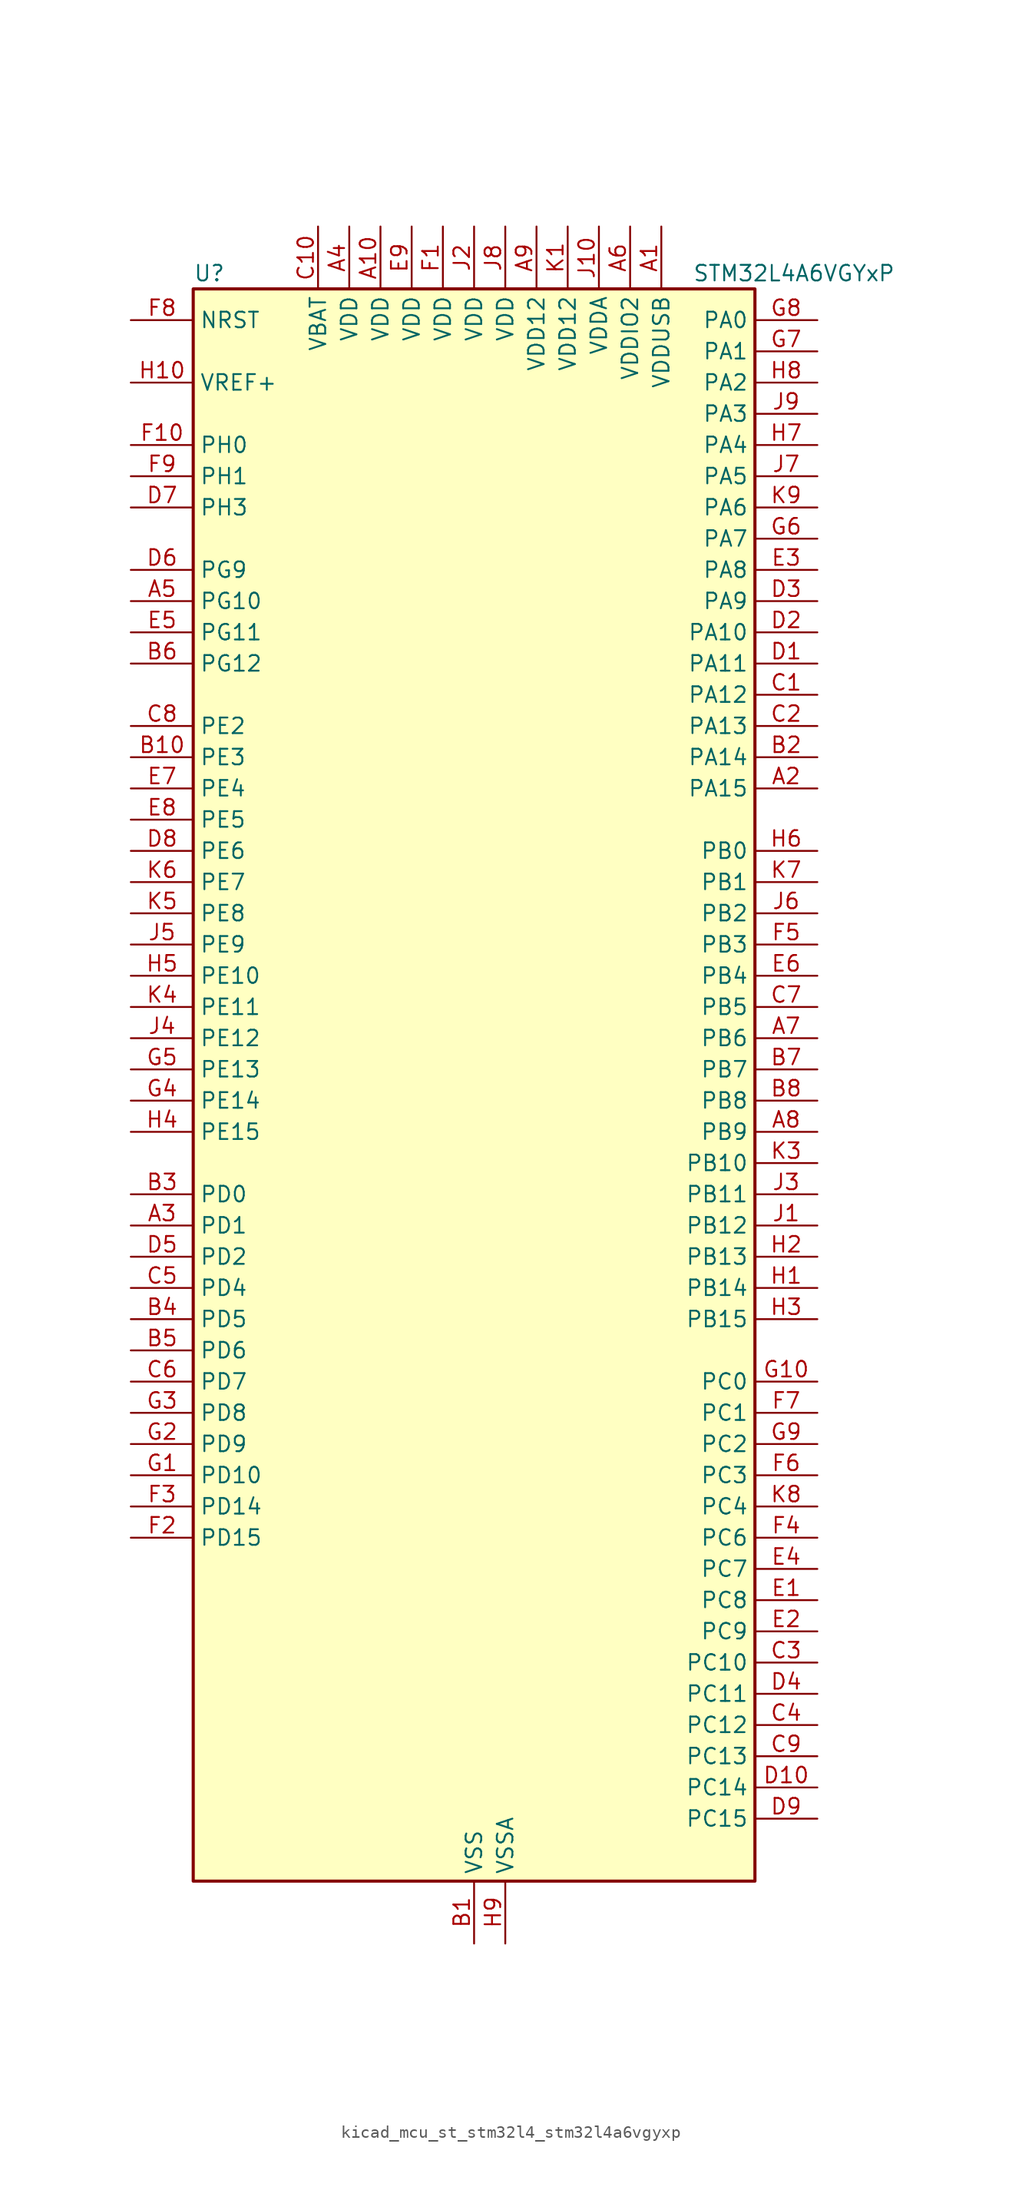
<source format=kicad_sym>
(kicad_symbol_lib
  (version 20220914)
  (generator kicad_symbol_editor)
  (symbol "kicad_mcu_st_stm32l4_stm32l4a6vgyxp"
    (property "Reference" "U"
      (at -22.86 67.31 0)
      (effects (font (size 1.27 1.27)) (justify left)))
    (property "Value" "STM32L4A6VGYxP"
      (at 17.78 67.31 0)
      (effects (font (size 1.27 1.27)) (justify left)))
    (property "ki_locked" ""
      (at 0 0 0)
      (effects (font (size 1.27 1.27))))
    (symbol "kicad_mcu_st_stm32l4_stm32l4a6vgyxp_0_1"
      (rectangle (start -22.86 -63.5) (end 22.86 66.04) (stroke (width 0.254) (type default)) (fill (type background))))
    (symbol "kicad_mcu_st_stm32l4_stm32l4a6vgyxp_1_1"
      (pin power_in line (at 15.24 71.12 270) (length 5.08) (name "VDDUSB" (effects (font (size 1.27 1.27)))) (number "A1" (effects (font (size 1.27 1.27)))))
      (pin power_in line (at -7.62 71.12 270) (length 5.08) (name "VDD" (effects (font (size 1.27 1.27)))) (number "A10" (effects (font (size 1.27 1.27)))))
      (pin bidirectional line (at 27.94 25.4 180) (length 5.08) (name "PA15" (effects (font (size 1.27 1.27)))) (number "A2" (effects (font (size 1.27 1.27)))) (alternate "ADC1_EXTI15" bidirectional line) (alternate "ADC2_EXTI15" bidirectional line) (alternate "ADC3_EXTI15" bidirectional line) (alternate "LCD_SEG17" bidirectional line) (alternate "SAI2_FS_B" bidirectional line) (alternate "SPI1_NSS" bidirectional line) (alternate "SPI3_NSS" bidirectional line) (alternate "SWPMI1_SUSPEND" bidirectional line) (alternate "SYS_JTDI" bidirectional line) (alternate "TIM2_CH1" bidirectional line) (alternate "TIM2_ETR" bidirectional line) (alternate "TSC_G3_IO1" bidirectional line) (alternate "UART4_DE" bidirectional line) (alternate "UART4_RTS" bidirectional line) (alternate "USART2_RX" bidirectional line) (alternate "USART3_DE" bidirectional line) (alternate "USART3_RTS" bidirectional line))
      (pin bidirectional line (at -27.94 -10.16 0) (length 5.08) (name "PD1" (effects (font (size 1.27 1.27)))) (number "A3" (effects (font (size 1.27 1.27)))) (alternate "CAN1_TX" bidirectional line) (alternate "DFSDM1_CKIN7" bidirectional line) (alternate "FMC_D3" bidirectional line) (alternate "FMC_DA3" bidirectional line) (alternate "SPI2_SCK" bidirectional line))
      (pin power_in line (at -10.16 71.12 270) (length 5.08) (name "VDD" (effects (font (size 1.27 1.27)))) (number "A4" (effects (font (size 1.27 1.27)))))
      (pin bidirectional line (at -27.94 40.64 0) (length 5.08) (name "PG10" (effects (font (size 1.27 1.27)))) (number "A5" (effects (font (size 1.27 1.27)))) (alternate "LPTIM1_IN1" bidirectional line) (alternate "SAI2_FS_A" bidirectional line) (alternate "SPI3_MISO" bidirectional line) (alternate "TIM15_CH1" bidirectional line) (alternate "USART1_RX" bidirectional line))
      (pin power_in line (at 12.7 71.12 270) (length 5.08) (name "VDDIO2" (effects (font (size 1.27 1.27)))) (number "A6" (effects (font (size 1.27 1.27)))))
      (pin bidirectional line (at 27.94 5.08 180) (length 5.08) (name "PB6" (effects (font (size 1.27 1.27)))) (number "A7" (effects (font (size 1.27 1.27)))) (alternate "CAN2_TX" bidirectional line) (alternate "COMP2_INP" bidirectional line) (alternate "DCMI_D5" bidirectional line) (alternate "DFSDM1_DATIN5" bidirectional line) (alternate "I2C1_SCL" bidirectional line) (alternate "I2C4_SCL" bidirectional line) (alternate "LPTIM1_ETR" bidirectional line) (alternate "SAI1_FS_B" bidirectional line) (alternate "TIM16_CH1N" bidirectional line) (alternate "TIM4_CH1" bidirectional line) (alternate "TIM8_BKIN2" bidirectional line) (alternate "TIM8_BKIN2_COMP2" bidirectional line) (alternate "TSC_G2_IO3" bidirectional line) (alternate "USART1_TX" bidirectional line))
      (pin bidirectional line (at 27.94 -2.54 180) (length 5.08) (name "PB9" (effects (font (size 1.27 1.27)))) (number "A8" (effects (font (size 1.27 1.27)))) (alternate "CAN1_TX" bidirectional line) (alternate "DAC1_EXTI9" bidirectional line) (alternate "DCMI_D7" bidirectional line) (alternate "DFSDM1_CKIN6" bidirectional line) (alternate "I2C1_SDA" bidirectional line) (alternate "IR_OUT" bidirectional line) (alternate "LCD_COM3" bidirectional line) (alternate "SAI1_FS_A" bidirectional line) (alternate "SDMMC1_D5" bidirectional line) (alternate "SPI2_NSS" bidirectional line) (alternate "TIM17_CH1" bidirectional line) (alternate "TIM4_CH4" bidirectional line))
      (pin power_in line (at 5.08 71.12 270) (length 5.08) (name "VDD12" (effects (font (size 1.27 1.27)))) (number "A9" (effects (font (size 1.27 1.27)))))
      (pin power_in line (at 0 -68.58 90) (length 5.08) (name "VSS" (effects (font (size 1.27 1.27)))) (number "B1" (effects (font (size 1.27 1.27)))))
      (pin bidirectional line (at -27.94 27.94 0) (length 5.08) (name "PE3" (effects (font (size 1.27 1.27)))) (number "B10" (effects (font (size 1.27 1.27)))) (alternate "FMC_A19" bidirectional line) (alternate "LCD_SEG39" bidirectional line) (alternate "SAI1_SD_B" bidirectional line) (alternate "SYS_TRACED0" bidirectional line) (alternate "TIM3_CH1" bidirectional line) (alternate "TSC_G7_IO2" bidirectional line))
      (pin bidirectional line (at 27.94 27.94 180) (length 5.08) (name "PA14" (effects (font (size 1.27 1.27)))) (number "B2" (effects (font (size 1.27 1.27)))) (alternate "I2C1_SMBA" bidirectional line) (alternate "I2C4_SMBA" bidirectional line) (alternate "LPTIM1_OUT" bidirectional line) (alternate "SAI1_FS_B" bidirectional line) (alternate "SWPMI1_RX" bidirectional line) (alternate "SYS_JTCK-SWCLK" bidirectional line) (alternate "USB_OTG_FS_SOF" bidirectional line))
      (pin bidirectional line (at -27.94 -7.62 0) (length 5.08) (name "PD0" (effects (font (size 1.27 1.27)))) (number "B3" (effects (font (size 1.27 1.27)))) (alternate "CAN1_RX" bidirectional line) (alternate "DFSDM1_DATIN7" bidirectional line) (alternate "FMC_D2" bidirectional line) (alternate "FMC_DA2" bidirectional line) (alternate "SPI2_NSS" bidirectional line))
      (pin bidirectional line (at -27.94 -17.78 0) (length 5.08) (name "PD5" (effects (font (size 1.27 1.27)))) (number "B4" (effects (font (size 1.27 1.27)))) (alternate "FMC_NWE" bidirectional line) (alternate "QUADSPI_BK2_IO1" bidirectional line) (alternate "USART2_TX" bidirectional line))
      (pin bidirectional line (at -27.94 -20.32 0) (length 5.08) (name "PD6" (effects (font (size 1.27 1.27)))) (number "B5" (effects (font (size 1.27 1.27)))) (alternate "DCMI_D10" bidirectional line) (alternate "DFSDM1_DATIN1" bidirectional line) (alternate "FMC_NWAIT" bidirectional line) (alternate "QUADSPI_BK2_IO1" bidirectional line) (alternate "QUADSPI_BK2_IO2" bidirectional line) (alternate "SAI1_SD_A" bidirectional line) (alternate "USART2_RX" bidirectional line))
      (pin bidirectional line (at -27.94 35.56 0) (length 5.08) (name "PG12" (effects (font (size 1.27 1.27)))) (number "B6" (effects (font (size 1.27 1.27)))) (alternate "LPTIM1_ETR" bidirectional line) (alternate "SAI2_SD_A" bidirectional line) (alternate "SPI3_NSS" bidirectional line) (alternate "USART1_DE" bidirectional line) (alternate "USART1_RTS" bidirectional line))
      (pin bidirectional line (at 27.94 2.54 180) (length 5.08) (name "PB7" (effects (font (size 1.27 1.27)))) (number "B7" (effects (font (size 1.27 1.27)))) (alternate "COMP2_INM" bidirectional line) (alternate "DCMI_VSYNC" bidirectional line) (alternate "DFSDM1_CKIN5" bidirectional line) (alternate "FMC_NL" bidirectional line) (alternate "I2C1_SDA" bidirectional line) (alternate "I2C4_SDA" bidirectional line) (alternate "LCD_SEG21" bidirectional line) (alternate "LPTIM1_IN2" bidirectional line) (alternate "SYS_PVD_IN" bidirectional line) (alternate "TIM17_CH1N" bidirectional line) (alternate "TIM4_CH2" bidirectional line) (alternate "TIM8_BKIN" bidirectional line) (alternate "TIM8_BKIN_COMP1" bidirectional line) (alternate "TSC_G2_IO4" bidirectional line) (alternate "UART4_CTS" bidirectional line) (alternate "USART1_RX" bidirectional line))
      (pin bidirectional line (at 27.94 0 180) (length 5.08) (name "PB8" (effects (font (size 1.27 1.27)))) (number "B8" (effects (font (size 1.27 1.27)))) (alternate "CAN1_RX" bidirectional line) (alternate "DCMI_D6" bidirectional line) (alternate "DFSDM1_DATIN6" bidirectional line) (alternate "I2C1_SCL" bidirectional line) (alternate "LCD_SEG16" bidirectional line) (alternate "SAI1_MCLK_A" bidirectional line) (alternate "SDMMC1_D4" bidirectional line) (alternate "TIM16_CH1" bidirectional line) (alternate "TIM4_CH3" bidirectional line))
      (pin passive line (at 0 -68.58 90) (length 5.08) hide (name "VSS" (effects (font (size 1.27 1.27)))) (number "B9" (effects (font (size 1.27 1.27)))))
      (pin bidirectional line (at 27.94 33.02 180) (length 5.08) (name "PA12" (effects (font (size 1.27 1.27)))) (number "C1" (effects (font (size 1.27 1.27)))) (alternate "CAN1_TX" bidirectional line) (alternate "SPI1_MOSI" bidirectional line) (alternate "TIM1_ETR" bidirectional line) (alternate "USART1_DE" bidirectional line) (alternate "USART1_RTS" bidirectional line) (alternate "USB_OTG_FS_DP" bidirectional line))
      (pin power_in line (at -12.7 71.12 270) (length 5.08) (name "VBAT" (effects (font (size 1.27 1.27)))) (number "C10" (effects (font (size 1.27 1.27)))))
      (pin bidirectional line (at 27.94 30.48 180) (length 5.08) (name "PA13" (effects (font (size 1.27 1.27)))) (number "C2" (effects (font (size 1.27 1.27)))) (alternate "IR_OUT" bidirectional line) (alternate "SAI1_SD_B" bidirectional line) (alternate "SWPMI1_TX" bidirectional line) (alternate "SYS_JTMS-SWDIO" bidirectional line) (alternate "USB_OTG_FS_NOE" bidirectional line))
      (pin bidirectional line (at 27.94 -45.72 180) (length 5.08) (name "PC10" (effects (font (size 1.27 1.27)))) (number "C3" (effects (font (size 1.27 1.27)))) (alternate "DCMI_D8" bidirectional line) (alternate "LCD_COM4" bidirectional line) (alternate "LCD_SEG28" bidirectional line) (alternate "LCD_SEG40" bidirectional line) (alternate "SAI2_SCK_B" bidirectional line) (alternate "SDMMC1_D2" bidirectional line) (alternate "SPI3_SCK" bidirectional line) (alternate "SYS_TRACED1" bidirectional line) (alternate "TSC_G3_IO2" bidirectional line) (alternate "UART4_TX" bidirectional line) (alternate "USART3_TX" bidirectional line))
      (pin bidirectional line (at 27.94 -50.8 180) (length 5.08) (name "PC12" (effects (font (size 1.27 1.27)))) (number "C4" (effects (font (size 1.27 1.27)))) (alternate "DCMI_D9" bidirectional line) (alternate "LCD_COM6" bidirectional line) (alternate "LCD_SEG30" bidirectional line) (alternate "LCD_SEG42" bidirectional line) (alternate "SAI2_SD_B" bidirectional line) (alternate "SDMMC1_CK" bidirectional line) (alternate "SPI3_MOSI" bidirectional line) (alternate "SYS_TRACED3" bidirectional line) (alternate "TSC_G3_IO4" bidirectional line) (alternate "UART5_TX" bidirectional line) (alternate "USART3_CK" bidirectional line))
      (pin bidirectional line (at -27.94 -15.24 0) (length 5.08) (name "PD4" (effects (font (size 1.27 1.27)))) (number "C5" (effects (font (size 1.27 1.27)))) (alternate "DFSDM1_CKIN0" bidirectional line) (alternate "FMC_NOE" bidirectional line) (alternate "QUADSPI_BK2_IO0" bidirectional line) (alternate "SPI2_MOSI" bidirectional line) (alternate "USART2_DE" bidirectional line) (alternate "USART2_RTS" bidirectional line))
      (pin bidirectional line (at -27.94 -22.86 0) (length 5.08) (name "PD7" (effects (font (size 1.27 1.27)))) (number "C6" (effects (font (size 1.27 1.27)))) (alternate "DFSDM1_CKIN1" bidirectional line) (alternate "FMC_NE1" bidirectional line) (alternate "QUADSPI_BK2_IO3" bidirectional line) (alternate "USART2_CK" bidirectional line))
      (pin bidirectional line (at 27.94 7.62 180) (length 5.08) (name "PB5" (effects (font (size 1.27 1.27)))) (number "C7" (effects (font (size 1.27 1.27)))) (alternate "CAN2_RX" bidirectional line) (alternate "COMP2_OUT" bidirectional line) (alternate "DCMI_D10" bidirectional line) (alternate "I2C1_SMBA" bidirectional line) (alternate "LCD_SEG9" bidirectional line) (alternate "LPTIM1_IN1" bidirectional line) (alternate "SAI1_SD_B" bidirectional line) (alternate "SPI1_MOSI" bidirectional line) (alternate "SPI3_MOSI" bidirectional line) (alternate "TIM16_BKIN" bidirectional line) (alternate "TIM3_CH2" bidirectional line) (alternate "TSC_G2_IO2" bidirectional line) (alternate "UART5_CTS" bidirectional line) (alternate "USART1_CK" bidirectional line))
      (pin bidirectional line (at -27.94 30.48 0) (length 5.08) (name "PE2" (effects (font (size 1.27 1.27)))) (number "C8" (effects (font (size 1.27 1.27)))) (alternate "FMC_A23" bidirectional line) (alternate "LCD_SEG38" bidirectional line) (alternate "SAI1_MCLK_A" bidirectional line) (alternate "SYS_TRACECLK" bidirectional line) (alternate "TIM3_ETR" bidirectional line) (alternate "TSC_G7_IO1" bidirectional line))
      (pin bidirectional line (at 27.94 -53.34 180) (length 5.08) (name "PC13" (effects (font (size 1.27 1.27)))) (number "C9" (effects (font (size 1.27 1.27)))) (alternate "RTC_OUT_ALARM" bidirectional line) (alternate "RTC_OUT_CALIB" bidirectional line) (alternate "RTC_TAMP1" bidirectional line) (alternate "RTC_TS" bidirectional line) (alternate "SYS_WKUP2" bidirectional line))
      (pin bidirectional line (at 27.94 35.56 180) (length 5.08) (name "PA11" (effects (font (size 1.27 1.27)))) (number "D1" (effects (font (size 1.27 1.27)))) (alternate "ADC1_EXTI11" bidirectional line) (alternate "ADC2_EXTI11" bidirectional line) (alternate "ADC3_EXTI11" bidirectional line) (alternate "CAN1_RX" bidirectional line) (alternate "SPI1_MISO" bidirectional line) (alternate "TIM1_BKIN2" bidirectional line) (alternate "TIM1_BKIN2_COMP1" bidirectional line) (alternate "TIM1_CH4" bidirectional line) (alternate "USART1_CTS" bidirectional line) (alternate "USB_OTG_FS_DM" bidirectional line))
      (pin bidirectional line (at 27.94 -55.88 180) (length 5.08) (name "PC14" (effects (font (size 1.27 1.27)))) (number "D10" (effects (font (size 1.27 1.27)))) (alternate "RCC_OSC32_IN" bidirectional line))
      (pin bidirectional line (at 27.94 38.1 180) (length 5.08) (name "PA10" (effects (font (size 1.27 1.27)))) (number "D2" (effects (font (size 1.27 1.27)))) (alternate "DCMI_D1" bidirectional line) (alternate "LCD_COM2" bidirectional line) (alternate "SAI1_SD_A" bidirectional line) (alternate "TIM17_BKIN" bidirectional line) (alternate "TIM1_CH3" bidirectional line) (alternate "USART1_RX" bidirectional line) (alternate "USB_OTG_FS_ID" bidirectional line))
      (pin bidirectional line (at 27.94 40.64 180) (length 5.08) (name "PA9" (effects (font (size 1.27 1.27)))) (number "D3" (effects (font (size 1.27 1.27)))) (alternate "DAC1_EXTI9" bidirectional line) (alternate "DCMI_D0" bidirectional line) (alternate "LCD_COM1" bidirectional line) (alternate "SAI1_FS_A" bidirectional line) (alternate "SPI2_SCK" bidirectional line) (alternate "TIM15_BKIN" bidirectional line) (alternate "TIM1_CH2" bidirectional line) (alternate "USART1_TX" bidirectional line) (alternate "USB_OTG_FS_VBUS" bidirectional line))
      (pin bidirectional line (at 27.94 -48.26 180) (length 5.08) (name "PC11" (effects (font (size 1.27 1.27)))) (number "D4" (effects (font (size 1.27 1.27)))) (alternate "ADC1_EXTI11" bidirectional line) (alternate "ADC2_EXTI11" bidirectional line) (alternate "ADC3_EXTI11" bidirectional line) (alternate "DCMI_D4" bidirectional line) (alternate "LCD_COM5" bidirectional line) (alternate "LCD_SEG29" bidirectional line) (alternate "LCD_SEG41" bidirectional line) (alternate "QUADSPI_BK2_NCS" bidirectional line) (alternate "SAI2_MCLK_B" bidirectional line) (alternate "SDMMC1_D3" bidirectional line) (alternate "SPI3_MISO" bidirectional line) (alternate "TSC_G3_IO3" bidirectional line) (alternate "UART4_RX" bidirectional line) (alternate "USART3_RX" bidirectional line))
      (pin bidirectional line (at -27.94 -12.7 0) (length 5.08) (name "PD2" (effects (font (size 1.27 1.27)))) (number "D5" (effects (font (size 1.27 1.27)))) (alternate "DCMI_D11" bidirectional line) (alternate "LCD_COM7" bidirectional line) (alternate "LCD_SEG31" bidirectional line) (alternate "LCD_SEG43" bidirectional line) (alternate "SDMMC1_CMD" bidirectional line) (alternate "SYS_TRACED2" bidirectional line) (alternate "TIM3_ETR" bidirectional line) (alternate "TSC_SYNC" bidirectional line) (alternate "UART5_RX" bidirectional line) (alternate "USART3_DE" bidirectional line) (alternate "USART3_RTS" bidirectional line))
      (pin bidirectional line (at -27.94 43.18 0) (length 5.08) (name "PG9" (effects (font (size 1.27 1.27)))) (number "D6" (effects (font (size 1.27 1.27)))) (alternate "DAC1_EXTI9" bidirectional line) (alternate "FMC_NCE" bidirectional line) (alternate "SAI2_SCK_A" bidirectional line) (alternate "SPI3_SCK" bidirectional line) (alternate "TIM15_CH1N" bidirectional line) (alternate "USART1_TX" bidirectional line))
      (pin bidirectional line (at -27.94 48.26 0) (length 5.08) (name "PH3" (effects (font (size 1.27 1.27)))) (number "D7" (effects (font (size 1.27 1.27)))))
      (pin bidirectional line (at -27.94 20.32 0) (length 5.08) (name "PE6" (effects (font (size 1.27 1.27)))) (number "D8" (effects (font (size 1.27 1.27)))) (alternate "DCMI_D7" bidirectional line) (alternate "FMC_A22" bidirectional line) (alternate "RTC_TAMP3" bidirectional line) (alternate "SAI1_SD_A" bidirectional line) (alternate "SYS_TRACED3" bidirectional line) (alternate "SYS_WKUP3" bidirectional line) (alternate "TIM3_CH4" bidirectional line))
      (pin bidirectional line (at 27.94 -58.42 180) (length 5.08) (name "PC15" (effects (font (size 1.27 1.27)))) (number "D9" (effects (font (size 1.27 1.27)))) (alternate "ADC1_EXTI15" bidirectional line) (alternate "ADC2_EXTI15" bidirectional line) (alternate "ADC3_EXTI15" bidirectional line) (alternate "RCC_OSC32_OUT" bidirectional line))
      (pin bidirectional line (at 27.94 -40.64 180) (length 5.08) (name "PC8" (effects (font (size 1.27 1.27)))) (number "E1" (effects (font (size 1.27 1.27)))) (alternate "DCMI_D2" bidirectional line) (alternate "LCD_SEG26" bidirectional line) (alternate "SDMMC1_D0" bidirectional line) (alternate "TIM3_CH3" bidirectional line) (alternate "TIM8_CH3" bidirectional line) (alternate "TSC_G4_IO3" bidirectional line))
      (pin passive line (at 0 -68.58 90) (length 5.08) hide (name "VSS" (effects (font (size 1.27 1.27)))) (number "E10" (effects (font (size 1.27 1.27)))))
      (pin bidirectional line (at 27.94 -43.18 180) (length 5.08) (name "PC9" (effects (font (size 1.27 1.27)))) (number "E2" (effects (font (size 1.27 1.27)))) (alternate "DAC1_EXTI9" bidirectional line) (alternate "DCMI_D3" bidirectional line) (alternate "I2C3_SDA" bidirectional line) (alternate "LCD_SEG27" bidirectional line) (alternate "SAI2_EXTCLK" bidirectional line) (alternate "SDMMC1_D1" bidirectional line) (alternate "TIM3_CH4" bidirectional line) (alternate "TIM8_BKIN2" bidirectional line) (alternate "TIM8_BKIN2_COMP1" bidirectional line) (alternate "TIM8_CH4" bidirectional line) (alternate "TSC_G4_IO4" bidirectional line) (alternate "USB_OTG_FS_NOE" bidirectional line))
      (pin bidirectional line (at 27.94 43.18 180) (length 5.08) (name "PA8" (effects (font (size 1.27 1.27)))) (number "E3" (effects (font (size 1.27 1.27)))) (alternate "LCD_COM0" bidirectional line) (alternate "LPTIM2_OUT" bidirectional line) (alternate "RCC_MCO" bidirectional line) (alternate "SAI1_SCK_A" bidirectional line) (alternate "SWPMI1_IO" bidirectional line) (alternate "TIM1_CH1" bidirectional line) (alternate "USART1_CK" bidirectional line) (alternate "USB_OTG_FS_SOF" bidirectional line))
      (pin bidirectional line (at 27.94 -38.1 180) (length 5.08) (name "PC7" (effects (font (size 1.27 1.27)))) (number "E4" (effects (font (size 1.27 1.27)))) (alternate "DCMI_D1" bidirectional line) (alternate "DFSDM1_DATIN3" bidirectional line) (alternate "LCD_SEG25" bidirectional line) (alternate "SAI2_MCLK_B" bidirectional line) (alternate "SDMMC1_D7" bidirectional line) (alternate "TIM3_CH2" bidirectional line) (alternate "TIM8_CH2" bidirectional line) (alternate "TSC_G4_IO2" bidirectional line))
      (pin bidirectional line (at -27.94 38.1 0) (length 5.08) (name "PG11" (effects (font (size 1.27 1.27)))) (number "E5" (effects (font (size 1.27 1.27)))) (alternate "ADC1_EXTI11" bidirectional line) (alternate "ADC2_EXTI11" bidirectional line) (alternate "ADC3_EXTI11" bidirectional line) (alternate "LPTIM1_IN2" bidirectional line) (alternate "SAI2_MCLK_A" bidirectional line) (alternate "SPI3_MOSI" bidirectional line) (alternate "TIM15_CH2" bidirectional line) (alternate "USART1_CTS" bidirectional line))
      (pin bidirectional line (at 27.94 10.16 180) (length 5.08) (name "PB4" (effects (font (size 1.27 1.27)))) (number "E6" (effects (font (size 1.27 1.27)))) (alternate "COMP2_INP" bidirectional line) (alternate "DCMI_D12" bidirectional line) (alternate "I2C3_SDA" bidirectional line) (alternate "LCD_SEG8" bidirectional line) (alternate "SAI1_MCLK_B" bidirectional line) (alternate "SPI1_MISO" bidirectional line) (alternate "SPI3_MISO" bidirectional line) (alternate "SYS_JTRST" bidirectional line) (alternate "TIM17_BKIN" bidirectional line) (alternate "TIM3_CH1" bidirectional line) (alternate "TSC_G2_IO1" bidirectional line) (alternate "UART5_DE" bidirectional line) (alternate "UART5_RTS" bidirectional line) (alternate "USART1_CTS" bidirectional line))
      (pin bidirectional line (at -27.94 25.4 0) (length 5.08) (name "PE4" (effects (font (size 1.27 1.27)))) (number "E7" (effects (font (size 1.27 1.27)))) (alternate "DCMI_D4" bidirectional line) (alternate "DFSDM1_DATIN3" bidirectional line) (alternate "FMC_A20" bidirectional line) (alternate "SAI1_FS_A" bidirectional line) (alternate "SYS_TRACED1" bidirectional line) (alternate "TIM3_CH2" bidirectional line) (alternate "TSC_G7_IO3" bidirectional line))
      (pin bidirectional line (at -27.94 22.86 0) (length 5.08) (name "PE5" (effects (font (size 1.27 1.27)))) (number "E8" (effects (font (size 1.27 1.27)))) (alternate "DCMI_D6" bidirectional line) (alternate "DFSDM1_CKIN3" bidirectional line) (alternate "FMC_A21" bidirectional line) (alternate "SAI1_SCK_A" bidirectional line) (alternate "SYS_TRACED2" bidirectional line) (alternate "TIM3_CH3" bidirectional line) (alternate "TSC_G7_IO4" bidirectional line))
      (pin power_in line (at -5.08 71.12 270) (length 5.08) (name "VDD" (effects (font (size 1.27 1.27)))) (number "E9" (effects (font (size 1.27 1.27)))))
      (pin power_in line (at -2.54 71.12 270) (length 5.08) (name "VDD" (effects (font (size 1.27 1.27)))) (number "F1" (effects (font (size 1.27 1.27)))))
      (pin bidirectional line (at -27.94 53.34 0) (length 5.08) (name "PH0" (effects (font (size 1.27 1.27)))) (number "F10" (effects (font (size 1.27 1.27)))) (alternate "RCC_OSC_IN" bidirectional line))
      (pin bidirectional line (at -27.94 -35.56 0) (length 5.08) (name "PD15" (effects (font (size 1.27 1.27)))) (number "F2" (effects (font (size 1.27 1.27)))) (alternate "ADC1_EXTI15" bidirectional line) (alternate "ADC2_EXTI15" bidirectional line) (alternate "ADC3_EXTI15" bidirectional line) (alternate "FMC_D1" bidirectional line) (alternate "FMC_DA1" bidirectional line) (alternate "LCD_SEG35" bidirectional line) (alternate "TIM4_CH4" bidirectional line))
      (pin bidirectional line (at -27.94 -33.02 0) (length 5.08) (name "PD14" (effects (font (size 1.27 1.27)))) (number "F3" (effects (font (size 1.27 1.27)))) (alternate "FMC_D0" bidirectional line) (alternate "FMC_DA0" bidirectional line) (alternate "LCD_SEG34" bidirectional line) (alternate "TIM4_CH3" bidirectional line))
      (pin bidirectional line (at 27.94 -35.56 180) (length 5.08) (name "PC6" (effects (font (size 1.27 1.27)))) (number "F4" (effects (font (size 1.27 1.27)))) (alternate "DCMI_D0" bidirectional line) (alternate "DFSDM1_CKIN3" bidirectional line) (alternate "LCD_SEG24" bidirectional line) (alternate "SAI2_MCLK_A" bidirectional line) (alternate "SDMMC1_D6" bidirectional line) (alternate "TIM3_CH1" bidirectional line) (alternate "TIM8_CH1" bidirectional line) (alternate "TSC_G4_IO1" bidirectional line))
      (pin bidirectional line (at 27.94 12.7 180) (length 5.08) (name "PB3" (effects (font (size 1.27 1.27)))) (number "F5" (effects (font (size 1.27 1.27)))) (alternate "COMP2_INM" bidirectional line) (alternate "CRS_SYNC" bidirectional line) (alternate "LCD_SEG7" bidirectional line) (alternate "SAI1_SCK_B" bidirectional line) (alternate "SPI1_SCK" bidirectional line) (alternate "SPI3_SCK" bidirectional line) (alternate "SYS_JTDO-SWO" bidirectional line) (alternate "TIM2_CH2" bidirectional line) (alternate "USART1_DE" bidirectional line) (alternate "USART1_RTS" bidirectional line))
      (pin bidirectional line (at 27.94 -30.48 180) (length 5.08) (name "PC3" (effects (font (size 1.27 1.27)))) (number "F6" (effects (font (size 1.27 1.27)))) (alternate "ADC1_IN4" bidirectional line) (alternate "ADC2_IN4" bidirectional line) (alternate "ADC3_IN4" bidirectional line) (alternate "LCD_VLCD" bidirectional line) (alternate "LPTIM1_ETR" bidirectional line) (alternate "LPTIM2_ETR" bidirectional line) (alternate "QUADSPI_BK2_IO2" bidirectional line) (alternate "SAI1_SD_A" bidirectional line) (alternate "SPI2_MOSI" bidirectional line))
      (pin bidirectional line (at 27.94 -25.4 180) (length 5.08) (name "PC1" (effects (font (size 1.27 1.27)))) (number "F7" (effects (font (size 1.27 1.27)))) (alternate "ADC1_IN2" bidirectional line) (alternate "ADC2_IN2" bidirectional line) (alternate "ADC3_IN2" bidirectional line) (alternate "DFSDM1_CKIN4" bidirectional line) (alternate "I2C3_SDA" bidirectional line) (alternate "I2C4_SDA" bidirectional line) (alternate "LCD_SEG19" bidirectional line) (alternate "LPTIM1_OUT" bidirectional line) (alternate "LPUART1_TX" bidirectional line) (alternate "QUADSPI_BK2_IO0" bidirectional line) (alternate "SAI1_SD_A" bidirectional line) (alternate "SPI2_MOSI" bidirectional line) (alternate "SYS_TRACED0" bidirectional line))
      (pin input line (at -27.94 63.5 0) (length 5.08) (name "NRST" (effects (font (size 1.27 1.27)))) (number "F8" (effects (font (size 1.27 1.27)))))
      (pin bidirectional line (at -27.94 50.8 0) (length 5.08) (name "PH1" (effects (font (size 1.27 1.27)))) (number "F9" (effects (font (size 1.27 1.27)))) (alternate "RCC_OSC_OUT" bidirectional line))
      (pin bidirectional line (at -27.94 -30.48 0) (length 5.08) (name "PD10" (effects (font (size 1.27 1.27)))) (number "G1" (effects (font (size 1.27 1.27)))) (alternate "FMC_D15" bidirectional line) (alternate "FMC_DA15" bidirectional line) (alternate "LCD_SEG30" bidirectional line) (alternate "SAI2_SCK_A" bidirectional line) (alternate "USART3_CK" bidirectional line))
      (pin bidirectional line (at 27.94 -22.86 180) (length 5.08) (name "PC0" (effects (font (size 1.27 1.27)))) (number "G10" (effects (font (size 1.27 1.27)))) (alternate "ADC1_IN1" bidirectional line) (alternate "ADC2_IN1" bidirectional line) (alternate "ADC3_IN1" bidirectional line) (alternate "DFSDM1_DATIN4" bidirectional line) (alternate "I2C3_SCL" bidirectional line) (alternate "I2C4_SCL" bidirectional line) (alternate "LCD_SEG18" bidirectional line) (alternate "LPTIM1_IN1" bidirectional line) (alternate "LPTIM2_IN1" bidirectional line) (alternate "LPUART1_RX" bidirectional line))
      (pin bidirectional line (at -27.94 -27.94 0) (length 5.08) (name "PD9" (effects (font (size 1.27 1.27)))) (number "G2" (effects (font (size 1.27 1.27)))) (alternate "DAC1_EXTI9" bidirectional line) (alternate "DCMI_PIXCLK" bidirectional line) (alternate "FMC_D14" bidirectional line) (alternate "FMC_DA14" bidirectional line) (alternate "LCD_SEG29" bidirectional line) (alternate "SAI2_MCLK_A" bidirectional line) (alternate "USART3_RX" bidirectional line))
      (pin bidirectional line (at -27.94 -25.4 0) (length 5.08) (name "PD8" (effects (font (size 1.27 1.27)))) (number "G3" (effects (font (size 1.27 1.27)))) (alternate "DCMI_HSYNC" bidirectional line) (alternate "FMC_D13" bidirectional line) (alternate "FMC_DA13" bidirectional line) (alternate "LCD_SEG28" bidirectional line) (alternate "USART3_TX" bidirectional line))
      (pin bidirectional line (at -27.94 0 0) (length 5.08) (name "PE14" (effects (font (size 1.27 1.27)))) (number "G4" (effects (font (size 1.27 1.27)))) (alternate "FMC_D11" bidirectional line) (alternate "FMC_DA11" bidirectional line) (alternate "QUADSPI_BK1_IO2" bidirectional line) (alternate "SPI1_MISO" bidirectional line) (alternate "TIM1_BKIN2" bidirectional line) (alternate "TIM1_BKIN2_COMP2" bidirectional line) (alternate "TIM1_CH4" bidirectional line))
      (pin bidirectional line (at -27.94 2.54 0) (length 5.08) (name "PE13" (effects (font (size 1.27 1.27)))) (number "G5" (effects (font (size 1.27 1.27)))) (alternate "DFSDM1_CKIN5" bidirectional line) (alternate "FMC_D10" bidirectional line) (alternate "FMC_DA10" bidirectional line) (alternate "QUADSPI_BK1_IO1" bidirectional line) (alternate "SPI1_SCK" bidirectional line) (alternate "TIM1_CH3" bidirectional line) (alternate "TSC_G5_IO4" bidirectional line))
      (pin bidirectional line (at 27.94 45.72 180) (length 5.08) (name "PA7" (effects (font (size 1.27 1.27)))) (number "G6" (effects (font (size 1.27 1.27)))) (alternate "ADC1_IN12" bidirectional line) (alternate "ADC2_IN12" bidirectional line) (alternate "I2C3_SCL" bidirectional line) (alternate "LCD_SEG4" bidirectional line) (alternate "OPAMP2_VINM" bidirectional line) (alternate "QUADSPI_BK1_IO2" bidirectional line) (alternate "SPI1_MOSI" bidirectional line) (alternate "TIM17_CH1" bidirectional line) (alternate "TIM1_CH1N" bidirectional line) (alternate "TIM3_CH2" bidirectional line) (alternate "TIM8_CH1N" bidirectional line))
      (pin bidirectional line (at 27.94 60.96 180) (length 5.08) (name "PA1" (effects (font (size 1.27 1.27)))) (number "G7" (effects (font (size 1.27 1.27)))) (alternate "ADC1_IN6" bidirectional line) (alternate "ADC2_IN6" bidirectional line) (alternate "I2C1_SMBA" bidirectional line) (alternate "LCD_SEG0" bidirectional line) (alternate "OPAMP1_VINM" bidirectional line) (alternate "SPI1_SCK" bidirectional line) (alternate "TIM15_CH1N" bidirectional line) (alternate "TIM2_CH2" bidirectional line) (alternate "TIM5_CH2" bidirectional line) (alternate "UART4_RX" bidirectional line) (alternate "USART2_DE" bidirectional line) (alternate "USART2_RTS" bidirectional line))
      (pin bidirectional line (at 27.94 63.5 180) (length 5.08) (name "PA0" (effects (font (size 1.27 1.27)))) (number "G8" (effects (font (size 1.27 1.27)))) (alternate "ADC1_IN5" bidirectional line) (alternate "ADC2_IN5" bidirectional line) (alternate "OPAMP1_VINP" bidirectional line) (alternate "RTC_TAMP2" bidirectional line) (alternate "SAI1_EXTCLK" bidirectional line) (alternate "SYS_WKUP1" bidirectional line) (alternate "TIM2_CH1" bidirectional line) (alternate "TIM2_ETR" bidirectional line) (alternate "TIM5_CH1" bidirectional line) (alternate "TIM8_ETR" bidirectional line) (alternate "UART4_TX" bidirectional line) (alternate "USART2_CTS" bidirectional line))
      (pin bidirectional line (at 27.94 -27.94 180) (length 5.08) (name "PC2" (effects (font (size 1.27 1.27)))) (number "G9" (effects (font (size 1.27 1.27)))) (alternate "ADC1_IN3" bidirectional line) (alternate "ADC2_IN3" bidirectional line) (alternate "ADC3_IN3" bidirectional line) (alternate "DFSDM1_CKOUT" bidirectional line) (alternate "LCD_SEG20" bidirectional line) (alternate "LPTIM1_IN2" bidirectional line) (alternate "QUADSPI_BK2_IO1" bidirectional line) (alternate "SPI2_MISO" bidirectional line))
      (pin bidirectional line (at 27.94 -15.24 180) (length 5.08) (name "PB14" (effects (font (size 1.27 1.27)))) (number "H1" (effects (font (size 1.27 1.27)))) (alternate "DFSDM1_DATIN2" bidirectional line) (alternate "I2C2_SDA" bidirectional line) (alternate "LCD_SEG14" bidirectional line) (alternate "SAI2_MCLK_A" bidirectional line) (alternate "SPI2_MISO" bidirectional line) (alternate "SWPMI1_RX" bidirectional line) (alternate "TIM15_CH1" bidirectional line) (alternate "TIM1_CH2N" bidirectional line) (alternate "TIM8_CH2N" bidirectional line) (alternate "TSC_G1_IO3" bidirectional line) (alternate "USART3_DE" bidirectional line) (alternate "USART3_RTS" bidirectional line))
      (pin input line (at -27.94 58.42 0) (length 5.08) (name "VREF+" (effects (font (size 1.27 1.27)))) (number "H10" (effects (font (size 1.27 1.27)))) (alternate "VREFBUF_OUT" bidirectional line))
      (pin bidirectional line (at 27.94 -12.7 180) (length 5.08) (name "PB13" (effects (font (size 1.27 1.27)))) (number "H2" (effects (font (size 1.27 1.27)))) (alternate "CAN2_TX" bidirectional line) (alternate "DFSDM1_CKIN1" bidirectional line) (alternate "I2C2_SCL" bidirectional line) (alternate "LCD_SEG13" bidirectional line) (alternate "LPUART1_CTS" bidirectional line) (alternate "SAI2_SCK_A" bidirectional line) (alternate "SPI2_SCK" bidirectional line) (alternate "SWPMI1_TX" bidirectional line) (alternate "TIM15_CH1N" bidirectional line) (alternate "TIM1_CH1N" bidirectional line) (alternate "TSC_G1_IO2" bidirectional line) (alternate "USART3_CTS" bidirectional line))
      (pin bidirectional line (at 27.94 -17.78 180) (length 5.08) (name "PB15" (effects (font (size 1.27 1.27)))) (number "H3" (effects (font (size 1.27 1.27)))) (alternate "ADC1_EXTI15" bidirectional line) (alternate "ADC2_EXTI15" bidirectional line) (alternate "ADC3_EXTI15" bidirectional line) (alternate "DFSDM1_CKIN2" bidirectional line) (alternate "LCD_SEG15" bidirectional line) (alternate "RTC_REFIN" bidirectional line) (alternate "SAI2_SD_A" bidirectional line) (alternate "SPI2_MOSI" bidirectional line) (alternate "SWPMI1_SUSPEND" bidirectional line) (alternate "TIM15_CH2" bidirectional line) (alternate "TIM1_CH3N" bidirectional line) (alternate "TIM8_CH3N" bidirectional line) (alternate "TSC_G1_IO4" bidirectional line))
      (pin bidirectional line (at -27.94 -2.54 0) (length 5.08) (name "PE15" (effects (font (size 1.27 1.27)))) (number "H4" (effects (font (size 1.27 1.27)))) (alternate "ADC1_EXTI15" bidirectional line) (alternate "ADC2_EXTI15" bidirectional line) (alternate "ADC3_EXTI15" bidirectional line) (alternate "FMC_D12" bidirectional line) (alternate "FMC_DA12" bidirectional line) (alternate "QUADSPI_BK1_IO3" bidirectional line) (alternate "SPI1_MOSI" bidirectional line) (alternate "TIM1_BKIN" bidirectional line) (alternate "TIM1_BKIN_COMP1" bidirectional line))
      (pin bidirectional line (at -27.94 10.16 0) (length 5.08) (name "PE10" (effects (font (size 1.27 1.27)))) (number "H5" (effects (font (size 1.27 1.27)))) (alternate "DFSDM1_DATIN4" bidirectional line) (alternate "FMC_D7" bidirectional line) (alternate "FMC_DA7" bidirectional line) (alternate "QUADSPI_CLK" bidirectional line) (alternate "SAI1_MCLK_B" bidirectional line) (alternate "TIM1_CH2N" bidirectional line) (alternate "TSC_G5_IO1" bidirectional line))
      (pin bidirectional line (at 27.94 20.32 180) (length 5.08) (name "PB0" (effects (font (size 1.27 1.27)))) (number "H6" (effects (font (size 1.27 1.27)))) (alternate "ADC1_IN15" bidirectional line) (alternate "ADC2_IN15" bidirectional line) (alternate "COMP1_OUT" bidirectional line) (alternate "LCD_SEG5" bidirectional line) (alternate "OPAMP2_VOUT" bidirectional line) (alternate "QUADSPI_BK1_IO1" bidirectional line) (alternate "SAI1_EXTCLK" bidirectional line) (alternate "SPI1_NSS" bidirectional line) (alternate "TIM1_CH2N" bidirectional line) (alternate "TIM3_CH3" bidirectional line) (alternate "TIM8_CH2N" bidirectional line) (alternate "USART3_CK" bidirectional line))
      (pin bidirectional line (at 27.94 53.34 180) (length 5.08) (name "PA4" (effects (font (size 1.27 1.27)))) (number "H7" (effects (font (size 1.27 1.27)))) (alternate "ADC1_IN9" bidirectional line) (alternate "ADC2_IN9" bidirectional line) (alternate "DAC1_OUT1" bidirectional line) (alternate "DCMI_HSYNC" bidirectional line) (alternate "LPTIM2_OUT" bidirectional line) (alternate "SAI1_FS_B" bidirectional line) (alternate "SPI1_NSS" bidirectional line) (alternate "SPI3_NSS" bidirectional line) (alternate "USART2_CK" bidirectional line))
      (pin bidirectional line (at 27.94 58.42 180) (length 5.08) (name "PA2" (effects (font (size 1.27 1.27)))) (number "H8" (effects (font (size 1.27 1.27)))) (alternate "ADC1_IN7" bidirectional line) (alternate "ADC2_IN7" bidirectional line) (alternate "LCD_SEG1" bidirectional line) (alternate "LPUART1_TX" bidirectional line) (alternate "QUADSPI_BK1_NCS" bidirectional line) (alternate "RCC_LSCO" bidirectional line) (alternate "SAI2_EXTCLK" bidirectional line) (alternate "SYS_WKUP4" bidirectional line) (alternate "TIM15_CH1" bidirectional line) (alternate "TIM2_CH3" bidirectional line) (alternate "TIM5_CH3" bidirectional line) (alternate "USART2_TX" bidirectional line))
      (pin power_in line (at 2.54 -68.58 90) (length 5.08) (name "VSSA" (effects (font (size 1.27 1.27)))) (number "H9" (effects (font (size 1.27 1.27)))))
      (pin bidirectional line (at 27.94 -10.16 180) (length 5.08) (name "PB12" (effects (font (size 1.27 1.27)))) (number "J1" (effects (font (size 1.27 1.27)))) (alternate "CAN2_RX" bidirectional line) (alternate "DFSDM1_DATIN1" bidirectional line) (alternate "I2C2_SMBA" bidirectional line) (alternate "LCD_SEG12" bidirectional line) (alternate "LPUART1_DE" bidirectional line) (alternate "LPUART1_RTS" bidirectional line) (alternate "SAI2_FS_A" bidirectional line) (alternate "SPI2_NSS" bidirectional line) (alternate "SWPMI1_IO" bidirectional line) (alternate "TIM15_BKIN" bidirectional line) (alternate "TIM1_BKIN" bidirectional line) (alternate "TIM1_BKIN_COMP2" bidirectional line) (alternate "TSC_G1_IO1" bidirectional line) (alternate "USART3_CK" bidirectional line))
      (pin power_in line (at 10.16 71.12 270) (length 5.08) (name "VDDA" (effects (font (size 1.27 1.27)))) (number "J10" (effects (font (size 1.27 1.27)))))
      (pin power_in line (at 0 71.12 270) (length 5.08) (name "VDD" (effects (font (size 1.27 1.27)))) (number "J2" (effects (font (size 1.27 1.27)))))
      (pin bidirectional line (at 27.94 -7.62 180) (length 5.08) (name "PB11" (effects (font (size 1.27 1.27)))) (number "J3" (effects (font (size 1.27 1.27)))) (alternate "ADC1_EXTI11" bidirectional line) (alternate "ADC2_EXTI11" bidirectional line) (alternate "ADC3_EXTI11" bidirectional line) (alternate "COMP2_OUT" bidirectional line) (alternate "DFSDM1_CKIN7" bidirectional line) (alternate "I2C2_SDA" bidirectional line) (alternate "I2C4_SDA" bidirectional line) (alternate "LCD_SEG11" bidirectional line) (alternate "LPUART1_TX" bidirectional line) (alternate "QUADSPI_BK1_NCS" bidirectional line) (alternate "TIM2_CH4" bidirectional line) (alternate "USART3_RX" bidirectional line))
      (pin bidirectional line (at -27.94 5.08 0) (length 5.08) (name "PE12" (effects (font (size 1.27 1.27)))) (number "J4" (effects (font (size 1.27 1.27)))) (alternate "DFSDM1_DATIN5" bidirectional line) (alternate "FMC_D9" bidirectional line) (alternate "FMC_DA9" bidirectional line) (alternate "QUADSPI_BK1_IO0" bidirectional line) (alternate "SPI1_NSS" bidirectional line) (alternate "TIM1_CH3N" bidirectional line) (alternate "TSC_G5_IO3" bidirectional line))
      (pin bidirectional line (at -27.94 12.7 0) (length 5.08) (name "PE9" (effects (font (size 1.27 1.27)))) (number "J5" (effects (font (size 1.27 1.27)))) (alternate "DAC1_EXTI9" bidirectional line) (alternate "DFSDM1_CKOUT" bidirectional line) (alternate "FMC_D6" bidirectional line) (alternate "FMC_DA6" bidirectional line) (alternate "SAI1_FS_B" bidirectional line) (alternate "TIM1_CH1" bidirectional line))
      (pin bidirectional line (at 27.94 15.24 180) (length 5.08) (name "PB2" (effects (font (size 1.27 1.27)))) (number "J6" (effects (font (size 1.27 1.27)))) (alternate "COMP1_INP" bidirectional line) (alternate "DFSDM1_CKIN0" bidirectional line) (alternate "I2C3_SMBA" bidirectional line) (alternate "LCD_VLCD" bidirectional line) (alternate "LPTIM1_OUT" bidirectional line) (alternate "RTC_OUT_ALARM" bidirectional line) (alternate "RTC_OUT_CALIB" bidirectional line))
      (pin bidirectional line (at 27.94 50.8 180) (length 5.08) (name "PA5" (effects (font (size 1.27 1.27)))) (number "J7" (effects (font (size 1.27 1.27)))) (alternate "ADC1_IN10" bidirectional line) (alternate "ADC2_IN10" bidirectional line) (alternate "DAC1_OUT2" bidirectional line) (alternate "LPTIM2_ETR" bidirectional line) (alternate "SPI1_SCK" bidirectional line) (alternate "TIM2_CH1" bidirectional line) (alternate "TIM2_ETR" bidirectional line) (alternate "TIM8_CH1N" bidirectional line))
      (pin power_in line (at 2.54 71.12 270) (length 5.08) (name "VDD" (effects (font (size 1.27 1.27)))) (number "J8" (effects (font (size 1.27 1.27)))))
      (pin bidirectional line (at 27.94 55.88 180) (length 5.08) (name "PA3" (effects (font (size 1.27 1.27)))) (number "J9" (effects (font (size 1.27 1.27)))) (alternate "ADC1_IN8" bidirectional line) (alternate "ADC2_IN8" bidirectional line) (alternate "LCD_SEG2" bidirectional line) (alternate "LPUART1_RX" bidirectional line) (alternate "OPAMP1_VOUT" bidirectional line) (alternate "QUADSPI_CLK" bidirectional line) (alternate "SAI1_MCLK_A" bidirectional line) (alternate "TIM15_CH2" bidirectional line) (alternate "TIM2_CH4" bidirectional line) (alternate "TIM5_CH4" bidirectional line) (alternate "USART2_RX" bidirectional line))
      (pin power_in line (at 7.62 71.12 270) (length 5.08) (name "VDD12" (effects (font (size 1.27 1.27)))) (number "K1" (effects (font (size 1.27 1.27)))))
      (pin passive line (at 0 -68.58 90) (length 5.08) hide (name "VSS" (effects (font (size 1.27 1.27)))) (number "K10" (effects (font (size 1.27 1.27)))))
      (pin passive line (at 0 -68.58 90) (length 5.08) hide (name "VSS" (effects (font (size 1.27 1.27)))) (number "K2" (effects (font (size 1.27 1.27)))))
      (pin bidirectional line (at 27.94 -5.08 180) (length 5.08) (name "PB10" (effects (font (size 1.27 1.27)))) (number "K3" (effects (font (size 1.27 1.27)))) (alternate "COMP1_OUT" bidirectional line) (alternate "DFSDM1_DATIN7" bidirectional line) (alternate "I2C2_SCL" bidirectional line) (alternate "I2C4_SCL" bidirectional line) (alternate "LCD_SEG10" bidirectional line) (alternate "LPUART1_RX" bidirectional line) (alternate "QUADSPI_CLK" bidirectional line) (alternate "SAI1_SCK_A" bidirectional line) (alternate "SPI2_SCK" bidirectional line) (alternate "TIM2_CH3" bidirectional line) (alternate "TSC_SYNC" bidirectional line) (alternate "USART3_TX" bidirectional line))
      (pin bidirectional line (at -27.94 7.62 0) (length 5.08) (name "PE11" (effects (font (size 1.27 1.27)))) (number "K4" (effects (font (size 1.27 1.27)))) (alternate "ADC1_EXTI11" bidirectional line) (alternate "ADC2_EXTI11" bidirectional line) (alternate "ADC3_EXTI11" bidirectional line) (alternate "DFSDM1_CKIN4" bidirectional line) (alternate "FMC_D8" bidirectional line) (alternate "FMC_DA8" bidirectional line) (alternate "QUADSPI_BK1_NCS" bidirectional line) (alternate "TIM1_CH2" bidirectional line) (alternate "TSC_G5_IO2" bidirectional line))
      (pin bidirectional line (at -27.94 15.24 0) (length 5.08) (name "PE8" (effects (font (size 1.27 1.27)))) (number "K5" (effects (font (size 1.27 1.27)))) (alternate "DFSDM1_CKIN2" bidirectional line) (alternate "FMC_D5" bidirectional line) (alternate "FMC_DA5" bidirectional line) (alternate "SAI1_SCK_B" bidirectional line) (alternate "TIM1_CH1N" bidirectional line))
      (pin bidirectional line (at -27.94 17.78 0) (length 5.08) (name "PE7" (effects (font (size 1.27 1.27)))) (number "K6" (effects (font (size 1.27 1.27)))) (alternate "DFSDM1_DATIN2" bidirectional line) (alternate "FMC_D4" bidirectional line) (alternate "FMC_DA4" bidirectional line) (alternate "SAI1_SD_B" bidirectional line) (alternate "TIM1_ETR" bidirectional line))
      (pin bidirectional line (at 27.94 17.78 180) (length 5.08) (name "PB1" (effects (font (size 1.27 1.27)))) (number "K7" (effects (font (size 1.27 1.27)))) (alternate "ADC1_IN16" bidirectional line) (alternate "ADC2_IN16" bidirectional line) (alternate "COMP1_INM" bidirectional line) (alternate "DFSDM1_DATIN0" bidirectional line) (alternate "LCD_SEG6" bidirectional line) (alternate "LPTIM2_IN1" bidirectional line) (alternate "LPUART1_DE" bidirectional line) (alternate "LPUART1_RTS" bidirectional line) (alternate "QUADSPI_BK1_IO0" bidirectional line) (alternate "TIM1_CH3N" bidirectional line) (alternate "TIM3_CH4" bidirectional line) (alternate "TIM8_CH3N" bidirectional line) (alternate "USART3_DE" bidirectional line) (alternate "USART3_RTS" bidirectional line))
      (pin bidirectional line (at 27.94 -33.02 180) (length 5.08) (name "PC4" (effects (font (size 1.27 1.27)))) (number "K8" (effects (font (size 1.27 1.27)))) (alternate "ADC1_IN13" bidirectional line) (alternate "ADC2_IN13" bidirectional line) (alternate "COMP1_INM" bidirectional line) (alternate "LCD_SEG22" bidirectional line) (alternate "QUADSPI_BK2_IO3" bidirectional line) (alternate "USART3_TX" bidirectional line))
      (pin bidirectional line (at 27.94 48.26 180) (length 5.08) (name "PA6" (effects (font (size 1.27 1.27)))) (number "K9" (effects (font (size 1.27 1.27)))) (alternate "ADC1_IN11" bidirectional line) (alternate "ADC2_IN11" bidirectional line) (alternate "DCMI_PIXCLK" bidirectional line) (alternate "LCD_SEG3" bidirectional line) (alternate "LPUART1_CTS" bidirectional line) (alternate "OPAMP2_VINP" bidirectional line) (alternate "QUADSPI_BK1_IO3" bidirectional line) (alternate "SPI1_MISO" bidirectional line) (alternate "TIM16_CH1" bidirectional line) (alternate "TIM1_BKIN" bidirectional line) (alternate "TIM1_BKIN_COMP2" bidirectional line) (alternate "TIM3_CH1" bidirectional line) (alternate "TIM8_BKIN" bidirectional line) (alternate "TIM8_BKIN_COMP2" bidirectional line) (alternate "USART3_CTS" bidirectional line)))))
</source>
